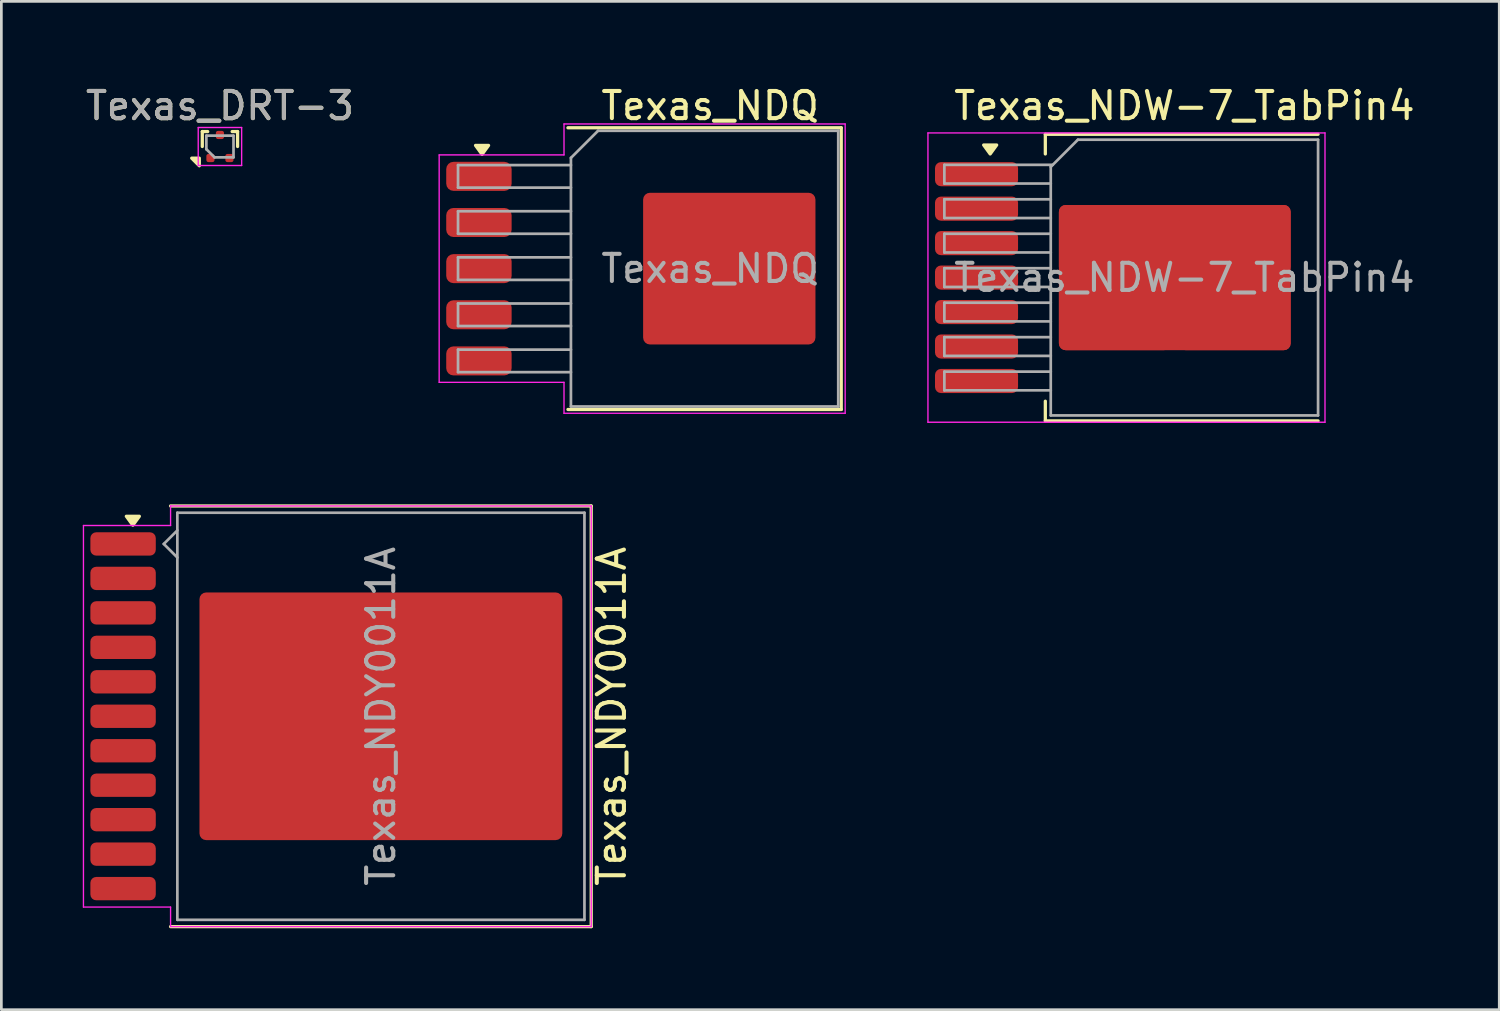
<source format=kicad_pcb>
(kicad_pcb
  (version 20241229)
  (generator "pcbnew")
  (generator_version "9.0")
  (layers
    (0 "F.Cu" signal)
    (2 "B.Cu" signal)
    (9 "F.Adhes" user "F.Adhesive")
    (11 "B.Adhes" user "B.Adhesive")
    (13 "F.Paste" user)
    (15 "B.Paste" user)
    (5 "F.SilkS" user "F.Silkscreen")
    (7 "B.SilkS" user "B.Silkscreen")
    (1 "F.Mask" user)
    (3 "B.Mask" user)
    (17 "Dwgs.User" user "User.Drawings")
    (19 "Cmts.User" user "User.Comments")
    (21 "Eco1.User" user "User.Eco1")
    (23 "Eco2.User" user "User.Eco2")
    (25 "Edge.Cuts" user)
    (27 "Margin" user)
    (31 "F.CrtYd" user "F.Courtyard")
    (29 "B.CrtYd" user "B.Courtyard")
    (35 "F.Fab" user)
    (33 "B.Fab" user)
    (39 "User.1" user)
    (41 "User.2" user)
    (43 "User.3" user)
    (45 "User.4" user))
  (footprint "Texas_NDY0011A"
    (layer "F.Cu")
    (at 10.985 23.343)
    (property "Reference" "Texas_NDY0011A" (at 8.5 0 270) (layer "F.SilkS") (effects (font (size 1 1) (thickness 0.15))))
    (attr smd)
    (fp_line (start -7.75 -7.75) (end 7.75 -7.75) (stroke (width 0.12) (type solid)) (layer "F.SilkS"))
    (fp_line (start 7.75 -7.75) (end 7.75 7.75) (stroke (width 0.12) (type solid)) (layer "F.SilkS"))
    (fp_line (start 7.75 7.75) (end -7.75 7.75) (stroke (width 0.12) (type solid)) (layer "F.SilkS"))
    (fp_poly (pts (xy -9.14 -7.04) (xy -9.38 -7.37) (xy -8.9 -7.37) (xy -9.14 -7.04)) (stroke (width 0.12) (type solid)) (fill yes) (layer "F.SilkS"))
    (fp_line (start -10.96 -7.03) (end -7.75 -7.03) (stroke (width 0.05) (type solid)) (layer "F.CrtYd"))
    (fp_line (start -10.96 7.03) (end -10.96 -7.03) (stroke (width 0.05) (type solid)) (layer "F.CrtYd"))
    (fp_line (start -7.75 -7.75) (end 7.75 -7.75) (stroke (width 0.05) (type solid)) (layer "F.CrtYd"))
    (fp_line (start -7.75 -7.03) (end -7.75 -7.75) (stroke (width 0.05) (type solid)) (layer "F.CrtYd"))
    (fp_line (start -7.75 7.03) (end -10.96 7.03) (stroke (width 0.05) (type solid)) (layer "F.CrtYd"))
    (fp_line (start -7.75 7.75) (end -7.75 7.03) (stroke (width 0.05) (type solid)) (layer "F.CrtYd"))
    (fp_line (start 7.75 -7.75) (end 7.75 7.75) (stroke (width 0.05) (type solid)) (layer "F.CrtYd"))
    (fp_line (start 7.75 7.75) (end -7.75 7.75) (stroke (width 0.05) (type solid)) (layer "F.CrtYd"))
    (fp_line (start -8 -6.35) (end -7.5 -5.85) (stroke (width 0.1) (type solid)) (layer "F.Fab"))
    (fp_line (start -7.5 -7.5) (end 7.5 -7.5) (stroke (width 0.1) (type solid)) (layer "F.Fab"))
    (fp_line (start -7.5 -6.85) (end -8 -6.35) (stroke (width 0.1) (type solid)) (layer "F.Fab"))
    (fp_line (start -7.5 7.5) (end -7.5 -7.5) (stroke (width 0.1) (type solid)) (layer "F.Fab"))
    (fp_line (start 7.5 -7.5) (end 7.5 7.5) (stroke (width 0.1) (type solid)) (layer "F.Fab"))
    (fp_line (start 7.5 7.5) (end -7.5 7.5) (stroke (width 0.1) (type solid)) (layer "F.Fab"))
    (fp_text user "${REFERENCE}" (at 0 0 270) (layer "F.Fab") (effects (font (size 1 1) (thickness 0.15))))
    (pad "1" smd roundrect (at -9.5 -6.35 270) (size 0.86 2.41) (layers "F.Cu" "F.Mask" "F.Paste") (roundrect_rratio 0.25))
    (pad "2" smd roundrect (at -9.5 -5.08 270) (size 0.86 2.41) (layers "F.Cu" "F.Mask" "F.Paste") (roundrect_rratio 0.25))
    (pad "3" smd roundrect (at -9.5 -3.81 270) (size 0.86 2.41) (layers "F.Cu" "F.Mask" "F.Paste") (roundrect_rratio 0.25))
    (pad "4" smd roundrect (at -9.5 -2.54 270) (size 0.86 2.41) (layers "F.Cu" "F.Mask" "F.Paste") (roundrect_rratio 0.25))
    (pad "5" smd roundrect (at -9.5 -1.27 270) (size 0.86 2.41) (layers "F.Cu" "F.Mask" "F.Paste") (roundrect_rratio 0.25))
    (pad "6" smd roundrect (at -9.5 0 270) (size 0.86 2.41) (layers "F.Cu" "F.Mask" "F.Paste") (roundrect_rratio 0.25))
    (pad "7" smd roundrect (at -9.5 1.27 270) (size 0.86 2.41) (layers "F.Cu" "F.Mask" "F.Paste") (roundrect_rratio 0.25))
    (pad "8" smd roundrect (at -9.5 2.54 270) (size 0.86 2.41) (layers "F.Cu" "F.Mask" "F.Paste") (roundrect_rratio 0.25))
    (pad "9" smd roundrect (at -9.5 3.81 270) (size 0.86 2.41) (layers "F.Cu" "F.Mask" "F.Paste") (roundrect_rratio 0.25))
    (pad "10" smd roundrect (at -9.5 5.08 270) (size 0.86 2.41) (layers "F.Cu" "F.Mask" "F.Paste") (roundrect_rratio 0.25))
    (pad "11" smd roundrect (at -9.5 6.35 270) (size 0.86 2.41) (layers "F.Cu" "F.Mask" "F.Paste") (roundrect_rratio 0.25))
    (pad "12" smd roundrect (at 0 0 270) (size 9.126 13.37) (layers "F.Cu" "F.Mask" "F.Paste") (roundrect_rratio 0.027)))
  (footprint "Texas_NDW-7_TabPin4"
    (layer "F.Cu")
    (at 40.592 7.178)
    (property "Reference" "Texas_NDW-7_TabPin4" (at 0 -6.33 0) (layer "F.SilkS") (effects (font (size 1 1) (thickness 0.15))))
    (attr smd)
    (fp_line (start -5.125 -5.28) (end -5.125 -4.555) (stroke (width 0.12) (type solid)) (layer "F.SilkS"))
    (fp_line (start -5.125 5.28) (end -5.125 4.555) (stroke (width 0.12) (type solid)) (layer "F.SilkS"))
    (fp_line (start 4.925 -5.28) (end -5.125 -5.28) (stroke (width 0.12) (type solid)) (layer "F.SilkS"))
    (fp_line (start 4.925 5.28) (end -5.125 5.28) (stroke (width 0.12) (type solid)) (layer "F.SilkS"))
    (fp_poly (pts (xy -7.157 -4.555) (xy -7.397 -4.885) (xy -6.918 -4.885) (xy -7.157 -4.555)) (stroke (width 0.12) (type solid)) (fill yes) (layer "F.SilkS"))
    (fp_line (start -9.45 -5.33) (end -9.45 5.33) (stroke (width 0.05) (type solid)) (layer "F.CrtYd"))
    (fp_line (start -9.45 5.33) (end 5.18 5.33) (stroke (width 0.05) (type solid)) (layer "F.CrtYd"))
    (fp_line (start 5.18 -5.33) (end -9.45 -5.33) (stroke (width 0.05) (type solid)) (layer "F.CrtYd"))
    (fp_line (start 5.18 5.33) (end 5.18 -5.33) (stroke (width 0.05) (type solid)) (layer "F.CrtYd"))
    (fp_line (start -8.845 -4.155) (end -8.845 -3.465) (stroke (width 0.1) (type solid)) (layer "F.Fab"))
    (fp_line (start -8.845 -3.465) (end -4.925 -3.465) (stroke (width 0.1) (type solid)) (layer "F.Fab"))
    (fp_line (start -8.845 -2.885) (end -8.845 -2.195) (stroke (width 0.1) (type solid)) (layer "F.Fab"))
    (fp_line (start -8.845 -2.195) (end -4.925 -2.195) (stroke (width 0.1) (type solid)) (layer "F.Fab"))
    (fp_line (start -8.845 -1.615) (end -8.845 -0.925) (stroke (width 0.1) (type solid)) (layer "F.Fab"))
    (fp_line (start -8.845 -0.925) (end -4.925 -0.925) (stroke (width 0.1) (type solid)) (layer "F.Fab"))
    (fp_line (start -8.845 -0.345) (end -8.845 0.345) (stroke (width 0.1) (type solid)) (layer "F.Fab"))
    (fp_line (start -8.845 0.345) (end -4.925 0.345) (stroke (width 0.1) (type solid)) (layer "F.Fab"))
    (fp_line (start -8.845 0.925) (end -8.845 1.615) (stroke (width 0.1) (type solid)) (layer "F.Fab"))
    (fp_line (start -8.845 1.615) (end -4.925 1.615) (stroke (width 0.1) (type solid)) (layer "F.Fab"))
    (fp_line (start -8.845 2.195) (end -8.845 2.885) (stroke (width 0.1) (type solid)) (layer "F.Fab"))
    (fp_line (start -8.845 2.885) (end -4.925 2.885) (stroke (width 0.1) (type solid)) (layer "F.Fab"))
    (fp_line (start -8.845 3.465) (end -8.845 4.155) (stroke (width 0.1) (type solid)) (layer "F.Fab"))
    (fp_line (start -8.845 4.155) (end -4.925 4.155) (stroke (width 0.1) (type solid)) (layer "F.Fab"))
    (fp_line (start -4.925 -4.08) (end -3.925 -5.08) (stroke (width 0.1) (type solid)) (layer "F.Fab"))
    (fp_line (start -4.925 -2.885) (end -8.845 -2.885) (stroke (width 0.1) (type solid)) (layer "F.Fab"))
    (fp_line (start -4.925 -1.615) (end -8.845 -1.615) (stroke (width 0.1) (type solid)) (layer "F.Fab"))
    (fp_line (start -4.925 -0.345) (end -8.845 -0.345) (stroke (width 0.1) (type solid)) (layer "F.Fab"))
    (fp_line (start -4.925 0.925) (end -8.845 0.925) (stroke (width 0.1) (type solid)) (layer "F.Fab"))
    (fp_line (start -4.925 2.195) (end -8.845 2.195) (stroke (width 0.1) (type solid)) (layer "F.Fab"))
    (fp_line (start -4.925 3.465) (end -8.845 3.465) (stroke (width 0.1) (type solid)) (layer "F.Fab"))
    (fp_line (start -4.925 5.08) (end -4.925 -4.08) (stroke (width 0.1) (type solid)) (layer "F.Fab"))
    (fp_line (start -4.85 -4.155) (end -8.845 -4.155) (stroke (width 0.1) (type solid)) (layer "F.Fab"))
    (fp_line (start -3.925 -5.08) (end 4.925 -5.08) (stroke (width 0.1) (type solid)) (layer "F.Fab"))
    (fp_line (start 4.925 -5.08) (end 4.925 5.08) (stroke (width 0.1) (type solid)) (layer "F.Fab"))
    (fp_line (start 4.925 5.08) (end -4.925 5.08) (stroke (width 0.1) (type solid)) (layer "F.Fab"))
    (fp_text user "${REFERENCE}" (at 0 0 0) (layer "F.Fab") (effects (font (size 1 1) (thickness 0.15))))
    (pad "1" smd roundrect (at -7.66 -3.81) (size 3.06 0.89) (layers "F.Cu" "F.Mask" "F.Paste") (roundrect_rratio 0.25))
    (pad "2" smd roundrect (at -7.66 -2.54) (size 3.06 0.89) (layers "F.Cu" "F.Mask" "F.Paste") (roundrect_rratio 0.25))
    (pad "3" smd roundrect (at -7.66 -1.27) (size 3.06 0.89) (layers "F.Cu" "F.Mask" "F.Paste") (roundrect_rratio 0.25))
    (pad "4" smd roundrect (at -7.66 0) (size 3.06 0.89) (layers "F.Cu" "F.Mask" "F.Paste") (roundrect_rratio 0.25))
    (pad "4" smd roundrect (at -2.565 -1.413) (size 4.12 2.525) (layers "F.Cu" "F.Paste") (roundrect_rratio 0.099))
    (pad "4" smd roundrect (at -2.565 1.413) (size 4.12 2.525) (layers "F.Cu" "F.Paste") (roundrect_rratio 0.099))
    (pad "4" smd roundrect (at -0.355 0) (size 8.54 5.35) (layers "F.Cu" "F.Mask") (roundrect_rratio 0.047))
    (pad "4" smd roundrect (at 1.855 -1.413) (size 4.12 2.525) (layers "F.Cu" "F.Paste") (roundrect_rratio 0.099))
    (pad "4" smd roundrect (at 1.855 1.413) (size 4.12 2.525) (layers "F.Cu" "F.Paste") (roundrect_rratio 0.099))
    (pad "5" smd roundrect (at -7.66 1.27) (size 3.06 0.89) (layers "F.Cu" "F.Mask" "F.Paste") (roundrect_rratio 0.25))
    (pad "6" smd roundrect (at -7.66 2.54) (size 3.06 0.89) (layers "F.Cu" "F.Mask" "F.Paste") (roundrect_rratio 0.25))
    (pad "7" smd roundrect (at -7.66 3.81) (size 3.06 0.89) (layers "F.Cu" "F.Mask" "F.Paste") (roundrect_rratio 0.25)))
  (footprint "Texas_DRT-3"
    (layer "F.Cu")
    (at 5.054 2.348)
    (property "Reference" "Texas_DRT-3" (at 0 -1.5 0) (layer "F.SilkS") (effects (font (size 1 1) (thickness 0.15))))
    (attr smd)
    (fp_line (start -0.65 -0.55) (end -0.45 -0.55) (stroke (width 0.12) (type solid)) (layer "F.SilkS"))
    (fp_line (start -0.65 0) (end -0.65 -0.55) (stroke (width 0.12) (type solid)) (layer "F.SilkS"))
    (fp_line (start 0.65 -0.55) (end 0.45 -0.55) (stroke (width 0.12) (type solid)) (layer "F.SilkS"))
    (fp_line (start 0.65 0) (end 0.65 -0.55) (stroke (width 0.12) (type solid)) (layer "F.SilkS"))
    (fp_poly (pts (xy -0.76 0.43) (xy -0.76 0.71) (xy -1.04 0.43) (xy -0.76 0.43)) (stroke (width 0.12) (type solid)) (fill yes) (layer "F.SilkS"))
    (fp_line (start -0.8 -0.7) (end 0.8 -0.7) (stroke (width 0.05) (type solid)) (layer "F.CrtYd"))
    (fp_line (start -0.8 0.7) (end -0.8 -0.7) (stroke (width 0.05) (type solid)) (layer "F.CrtYd"))
    (fp_line (start 0.8 -0.7) (end 0.8 0.7) (stroke (width 0.05) (type solid)) (layer "F.CrtYd"))
    (fp_line (start 0.8 0.7) (end -0.8 0.7) (stroke (width 0.05) (type solid)) (layer "F.CrtYd"))
    (fp_line (start -0.5 -0.4) (end 0.5 -0.4) (stroke (width 0.1) (type solid)) (layer "F.Fab"))
    (fp_line (start -0.5 0.1) (end -0.5 -0.4) (stroke (width 0.1) (type solid)) (layer "F.Fab"))
    (fp_line (start -0.5 0.1) (end -0.2 0.4) (stroke (width 0.1) (type solid)) (layer "F.Fab"))
    (fp_line (start 0.5 -0.4) (end 0.5 0.4) (stroke (width 0.1) (type solid)) (layer "F.Fab"))
    (fp_line (start 0.5 0.4) (end -0.2 0.4) (stroke (width 0.1) (type solid)) (layer "F.Fab"))
    (fp_text user "${REFERENCE}" (at 0 -1.5 0) (layer "F.Fab") (effects (font (size 1 1) (thickness 0.15))))
    (pad "1" smd roundrect (at -0.35 0.425) (size 0.3 0.3) (layers "F.Cu" "F.Mask" "F.Paste") (roundrect_rratio 0.25))
    (pad "2" smd roundrect (at 0.35 0.425) (size 0.3 0.3) (layers "F.Cu" "F.Mask" "F.Paste") (roundrect_rratio 0.25))
    (pad "3" smd roundrect (at 0 -0.425) (size 0.3 0.3) (layers "F.Cu" "F.Mask" "F.Paste") (roundrect_rratio 0.25)))
  (footprint "Texas_NDQ"
    (layer "F.Cu")
    (at 22.912 6.848)
    (property "Reference" "Texas_NDQ" (at 0.203 -6 0) (layer "F.SilkS") (effects (font (size 1 1) (thickness 0.15))))
    (attr smd)
    (fp_line (start -5.035 -5.19) (end 5.035 -5.19) (stroke (width 0.12) (type solid)) (layer "F.SilkS"))
    (fp_line (start 5.035 5.19) (end -5.035 5.19) (stroke (width 0.12) (type solid)) (layer "F.SilkS"))
    (fp_line (start 5.035 5.19) (end 5.035 -5.19) (stroke (width 0.12) (type solid)) (layer "F.SilkS"))
    (fp_poly (pts (xy -8.2 -4.21) (xy -8.44 -4.54) (xy -7.96 -4.54) (xy -8.2 -4.21)) (stroke (width 0.12) (type solid)) (fill yes) (layer "F.SilkS"))
    (fp_line (start -9.78 4.19) (end -9.78 -4.19) (stroke (width 0.05) (type solid)) (layer "F.CrtYd"))
    (fp_line (start -5.18 -4.19) (end -9.78 -4.19) (stroke (width 0.05) (type solid)) (layer "F.CrtYd"))
    (fp_line (start -5.18 -4.19) (end -5.18 -5.33) (stroke (width 0.05) (type solid)) (layer "F.CrtYd"))
    (fp_line (start -5.18 4.19) (end -9.78 4.19) (stroke (width 0.05) (type solid)) (layer "F.CrtYd"))
    (fp_line (start -5.18 5.33) (end -5.18 4.19) (stroke (width 0.05) (type solid)) (layer "F.CrtYd"))
    (fp_line (start 5.18 -5.33) (end -5.18 -5.33) (stroke (width 0.05) (type solid)) (layer "F.CrtYd"))
    (fp_line (start 5.18 -5.33) (end 5.18 5.33) (stroke (width 0.05) (type solid)) (layer "F.CrtYd"))
    (fp_line (start 5.18 5.33) (end -5.18 5.33) (stroke (width 0.05) (type solid)) (layer "F.CrtYd"))
    (fp_line (start -9.085 -3.815) (end -9.085 -2.985) (stroke (width 0.1) (type solid)) (layer "F.Fab"))
    (fp_line (start -9.085 -2.115) (end -9.085 -1.285) (stroke (width 0.1) (type solid)) (layer "F.Fab"))
    (fp_line (start -9.085 -0.415) (end -9.085 0.415) (stroke (width 0.1) (type solid)) (layer "F.Fab"))
    (fp_line (start -9.085 1.285) (end -9.085 2.115) (stroke (width 0.1) (type solid)) (layer "F.Fab"))
    (fp_line (start -9.085 2.985) (end -9.085 3.815) (stroke (width 0.1) (type solid)) (layer "F.Fab"))
    (fp_line (start -4.925 -3.815) (end -9.085 -3.815) (stroke (width 0.1) (type solid)) (layer "F.Fab"))
    (fp_line (start -4.925 -2.985) (end -9.085 -2.985) (stroke (width 0.1) (type solid)) (layer "F.Fab"))
    (fp_line (start -4.925 -2.115) (end -9.085 -2.115) (stroke (width 0.1) (type solid)) (layer "F.Fab"))
    (fp_line (start -4.925 -1.285) (end -9.085 -1.285) (stroke (width 0.1) (type solid)) (layer "F.Fab"))
    (fp_line (start -4.925 -0.415) (end -9.085 -0.415) (stroke (width 0.1) (type solid)) (layer "F.Fab"))
    (fp_line (start -4.925 0.415) (end -9.085 0.415) (stroke (width 0.1) (type solid)) (layer "F.Fab"))
    (fp_line (start -4.925 1.285) (end -9.085 1.285) (stroke (width 0.1) (type solid)) (layer "F.Fab"))
    (fp_line (start -4.925 2.115) (end -9.085 2.115) (stroke (width 0.1) (type solid)) (layer "F.Fab"))
    (fp_line (start -4.925 2.985) (end -9.085 2.985) (stroke (width 0.1) (type solid)) (layer "F.Fab"))
    (fp_line (start -4.925 3.815) (end -9.085 3.815) (stroke (width 0.1) (type solid)) (layer "F.Fab"))
    (fp_line (start -4.925 5.08) (end -4.925 -4.08) (stroke (width 0.1) (type solid)) (layer "F.Fab"))
    (fp_line (start -3.925 -5.08) (end -4.925 -4.08) (stroke (width 0.1) (type solid)) (layer "F.Fab"))
    (fp_line (start -3.925 -5.08) (end 4.925 -5.08) (stroke (width 0.1) (type solid)) (layer "F.Fab"))
    (fp_line (start 4.925 -5.08) (end 4.925 5.08) (stroke (width 0.1) (type solid)) (layer "F.Fab"))
    (fp_line (start 4.925 5.08) (end -4.925 5.08) (stroke (width 0.1) (type solid)) (layer "F.Fab"))
    (fp_text user "${REFERENCE}" (at 0.203 0 0) (layer "F.Fab") (effects (font (size 1 1) (thickness 0.15))))
    (pad "1" smd roundrect (at -8.315 -3.4) (size 2.41 1.07) (layers "F.Cu" "F.Mask" "F.Paste") (roundrect_rratio 0.25))
    (pad "2" smd roundrect (at -8.315 -1.7) (size 2.41 1.07) (layers "F.Cu" "F.Mask" "F.Paste") (roundrect_rratio 0.25))
    (pad "3" smd roundrect (at -8.315 0) (size 2.41 1.07) (layers "F.Cu" "F.Mask" "F.Paste") (roundrect_rratio 0.25))
    (pad "4" smd roundrect (at -8.315 1.7) (size 2.41 1.07) (layers "F.Cu" "F.Mask" "F.Paste") (roundrect_rratio 0.25))
    (pad "5" smd roundrect (at -8.315 3.4) (size 2.41 1.07) (layers "F.Cu" "F.Mask" "F.Paste") (roundrect_rratio 0.25))
    (pad "6" smd roundrect (at 0.91 0) (size 6.35 5.59) (layers "F.Cu" "F.Mask" "F.Paste") (roundrect_rratio 0.045)))
  (gr_rect
    (start -3 -3)
    (end 52.193 34.153)
    (stroke (width 0.1) (type default))
    (fill no)
    (layer "Edge.Cuts")))
</source>
